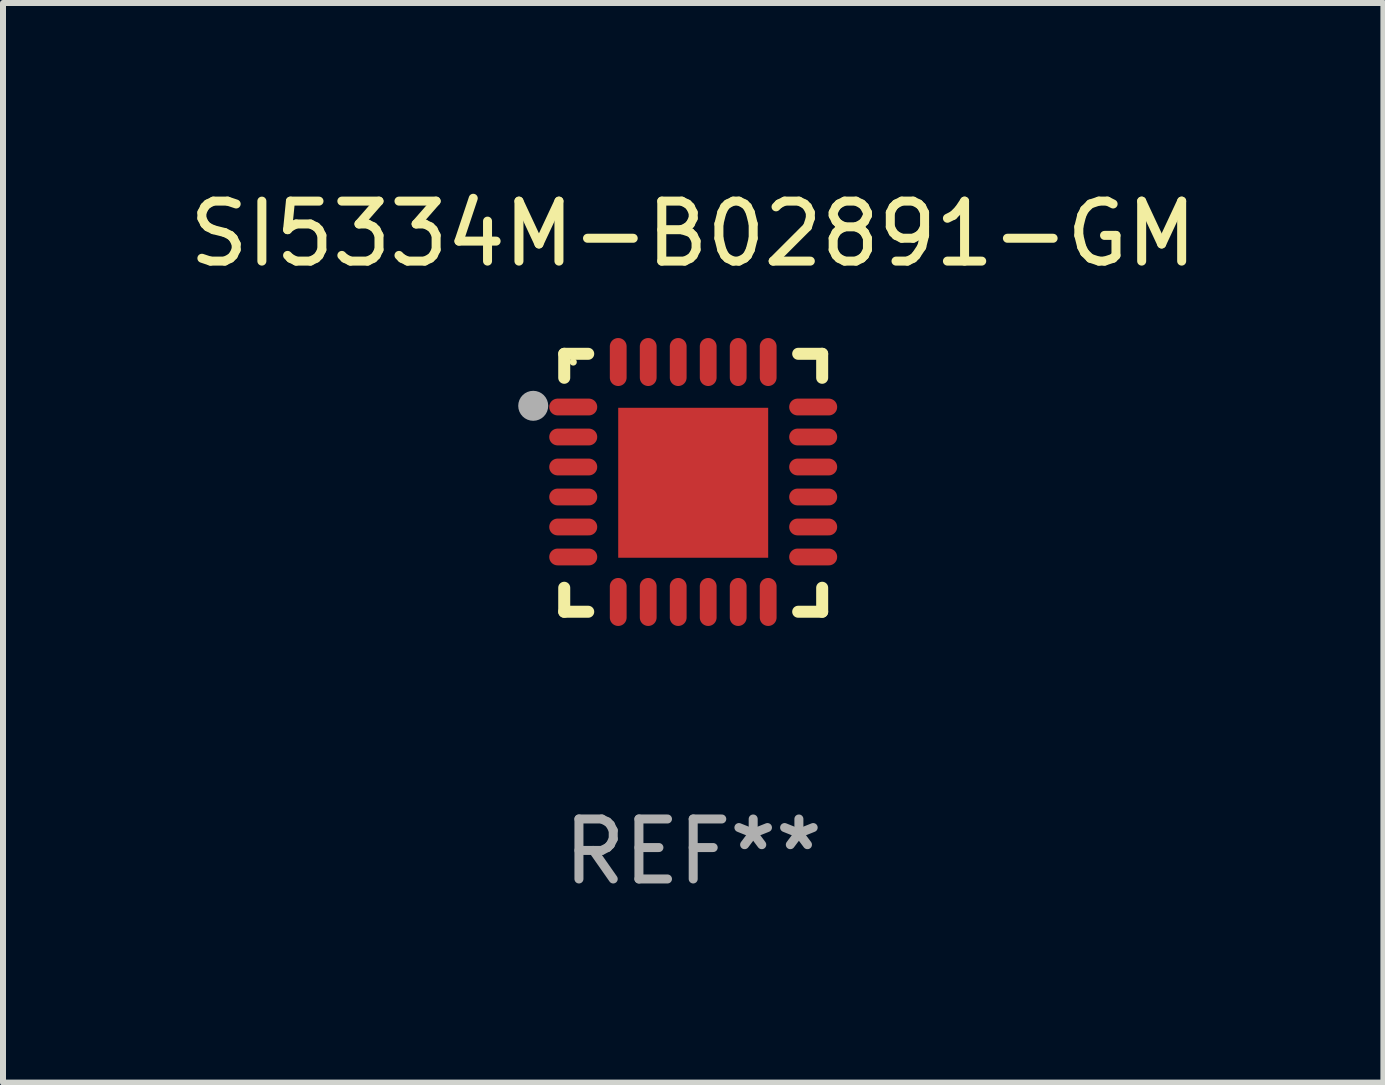
<source format=kicad_pcb>
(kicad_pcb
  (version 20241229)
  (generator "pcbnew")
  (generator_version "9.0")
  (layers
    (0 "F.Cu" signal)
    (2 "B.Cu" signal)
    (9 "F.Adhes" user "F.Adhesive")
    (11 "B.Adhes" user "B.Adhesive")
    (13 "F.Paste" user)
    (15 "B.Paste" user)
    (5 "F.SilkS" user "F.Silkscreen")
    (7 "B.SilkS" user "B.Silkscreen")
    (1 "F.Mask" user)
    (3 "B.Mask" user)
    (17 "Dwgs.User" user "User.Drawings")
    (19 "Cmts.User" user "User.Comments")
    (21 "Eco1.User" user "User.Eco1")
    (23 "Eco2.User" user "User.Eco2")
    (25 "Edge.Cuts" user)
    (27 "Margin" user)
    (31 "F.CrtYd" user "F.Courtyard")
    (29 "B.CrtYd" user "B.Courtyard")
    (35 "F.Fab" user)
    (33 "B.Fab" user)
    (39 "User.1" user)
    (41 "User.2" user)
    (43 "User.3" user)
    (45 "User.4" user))
  (footprint "SI5334M-B02891-GM"
    (layer "F.Cu")
    (at 8.506 4.998)
    (property "Reference" "SI5334M-B02891-GM" (at 0 -4.15 0) (layer "F.SilkS") (effects (font (size 1 1) (thickness 0.15))))
    (attr through_hole)
    (fp_line (start -2.15 -2.15) (end -1.75 -2.15) (stroke (width 0.2) (type solid)) (layer "F.SilkS"))
    (fp_line (start -2.15 -1.75) (end -2.15 -2.15) (stroke (width 0.2) (type solid)) (layer "F.SilkS"))
    (fp_line (start -2.15 2.15) (end -2.15 1.75) (stroke (width 0.2) (type solid)) (layer "F.SilkS"))
    (fp_line (start -1.75 2.15) (end -2.15 2.15) (stroke (width 0.2) (type solid)) (layer "F.SilkS"))
    (fp_line (start 1.75 -2.15) (end 2.15 -2.15) (stroke (width 0.2) (type solid)) (layer "F.SilkS"))
    (fp_line (start 1.75 2.15) (end 2.15 2.15) (stroke (width 0.2) (type solid)) (layer "F.SilkS"))
    (fp_line (start 2.15 -2.15) (end 2.15 -1.75) (stroke (width 0.2) (type solid)) (layer "F.SilkS"))
    (fp_line (start 2.15 2.15) (end 2.15 1.75) (stroke (width 0.2) (type solid)) (layer "F.SilkS"))
    (fp_circle (center -2 -2.013) (end -1.97 -2.013) (stroke (width 0.06) (type solid)) (fill no) (layer "F.SilkS"))
    (fp_circle (center -2.667 -1.283) (end -2.542 -1.283) (stroke (width 0.25) (type solid)) (fill no) (layer "F.Fab"))
    (fp_text user "REF**" (at 0 6.15 0) (layer "F.Fab") (effects (font (size 1 1) (thickness 0.15))))
    (pad "1" smd oval (at -2 -1.263) (size 0.8 0.28) (layers "F.Cu" "F.Mask" "F.Paste"))
    (pad "2" smd oval (at -2 -0.763) (size 0.8 0.28) (layers "F.Cu" "F.Mask" "F.Paste"))
    (pad "3" smd oval (at -2 -0.263) (size 0.8 0.28) (layers "F.Cu" "F.Mask" "F.Paste"))
    (pad "4" smd oval (at -2 0.237) (size 0.8 0.28) (layers "F.Cu" "F.Mask" "F.Paste"))
    (pad "5" smd oval (at -2 0.737) (size 0.8 0.28) (layers "F.Cu" "F.Mask" "F.Paste"))
    (pad "6" smd oval (at -2 1.237) (size 0.8 0.28) (layers "F.Cu" "F.Mask" "F.Paste"))
    (pad "7" smd oval (at -1.25 1.987) (size 0.28 0.8) (layers "F.Cu" "F.Mask" "F.Paste"))
    (pad "8" smd oval (at -0.75 1.987) (size 0.28 0.8) (layers "F.Cu" "F.Mask" "F.Paste"))
    (pad "9" smd oval (at -0.25 1.987) (size 0.28 0.8) (layers "F.Cu" "F.Mask" "F.Paste"))
    (pad "10" smd oval (at 0.25 1.987) (size 0.28 0.8) (layers "F.Cu" "F.Mask" "F.Paste"))
    (pad "11" smd oval (at 0.75 1.987) (size 0.28 0.8) (layers "F.Cu" "F.Mask" "F.Paste"))
    (pad "12" smd oval (at 1.25 1.987) (size 0.28 0.8) (layers "F.Cu" "F.Mask" "F.Paste"))
    (pad "13" smd oval (at 2 1.237) (size 0.8 0.28) (layers "F.Cu" "F.Mask" "F.Paste"))
    (pad "14" smd oval (at 2 0.737) (size 0.8 0.28) (layers "F.Cu" "F.Mask" "F.Paste"))
    (pad "15" smd oval (at 2 0.237) (size 0.8 0.28) (layers "F.Cu" "F.Mask" "F.Paste"))
    (pad "16" smd oval (at 2 -0.263) (size 0.8 0.28) (layers "F.Cu" "F.Mask" "F.Paste"))
    (pad "17" smd oval (at 2 -0.763) (size 0.8 0.28) (layers "F.Cu" "F.Mask" "F.Paste"))
    (pad "18" smd oval (at 2 -1.263) (size 0.8 0.28) (layers "F.Cu" "F.Mask" "F.Paste"))
    (pad "19" smd oval (at 1.25 -2.013) (size 0.28 0.8) (layers "F.Cu" "F.Mask" "F.Paste"))
    (pad "20" smd oval (at 0.75 -2.013) (size 0.28 0.8) (layers "F.Cu" "F.Mask" "F.Paste"))
    (pad "21" smd oval (at 0.25 -2.013) (size 0.28 0.8) (layers "F.Cu" "F.Mask" "F.Paste"))
    (pad "22" smd oval (at -0.25 -2.013) (size 0.28 0.8) (layers "F.Cu" "F.Mask" "F.Paste"))
    (pad "23" smd oval (at -0.75 -2.013) (size 0.28 0.8) (layers "F.Cu" "F.Mask" "F.Paste"))
    (pad "24" smd oval (at -1.25 -2.013) (size 0.28 0.8) (layers "F.Cu" "F.Mask" "F.Paste"))
    (pad "25" smd rect (at -0.000127 -0.00014) (size 2.5 2.5) (layers "F.Cu" "F.Mask" "F.Paste")))
  (gr_rect
    (start -3 -3)
    (end 20.012 14.997)
    (stroke (width 0.1) (type default))
    (fill no)
    (layer "Edge.Cuts")))
</source>
